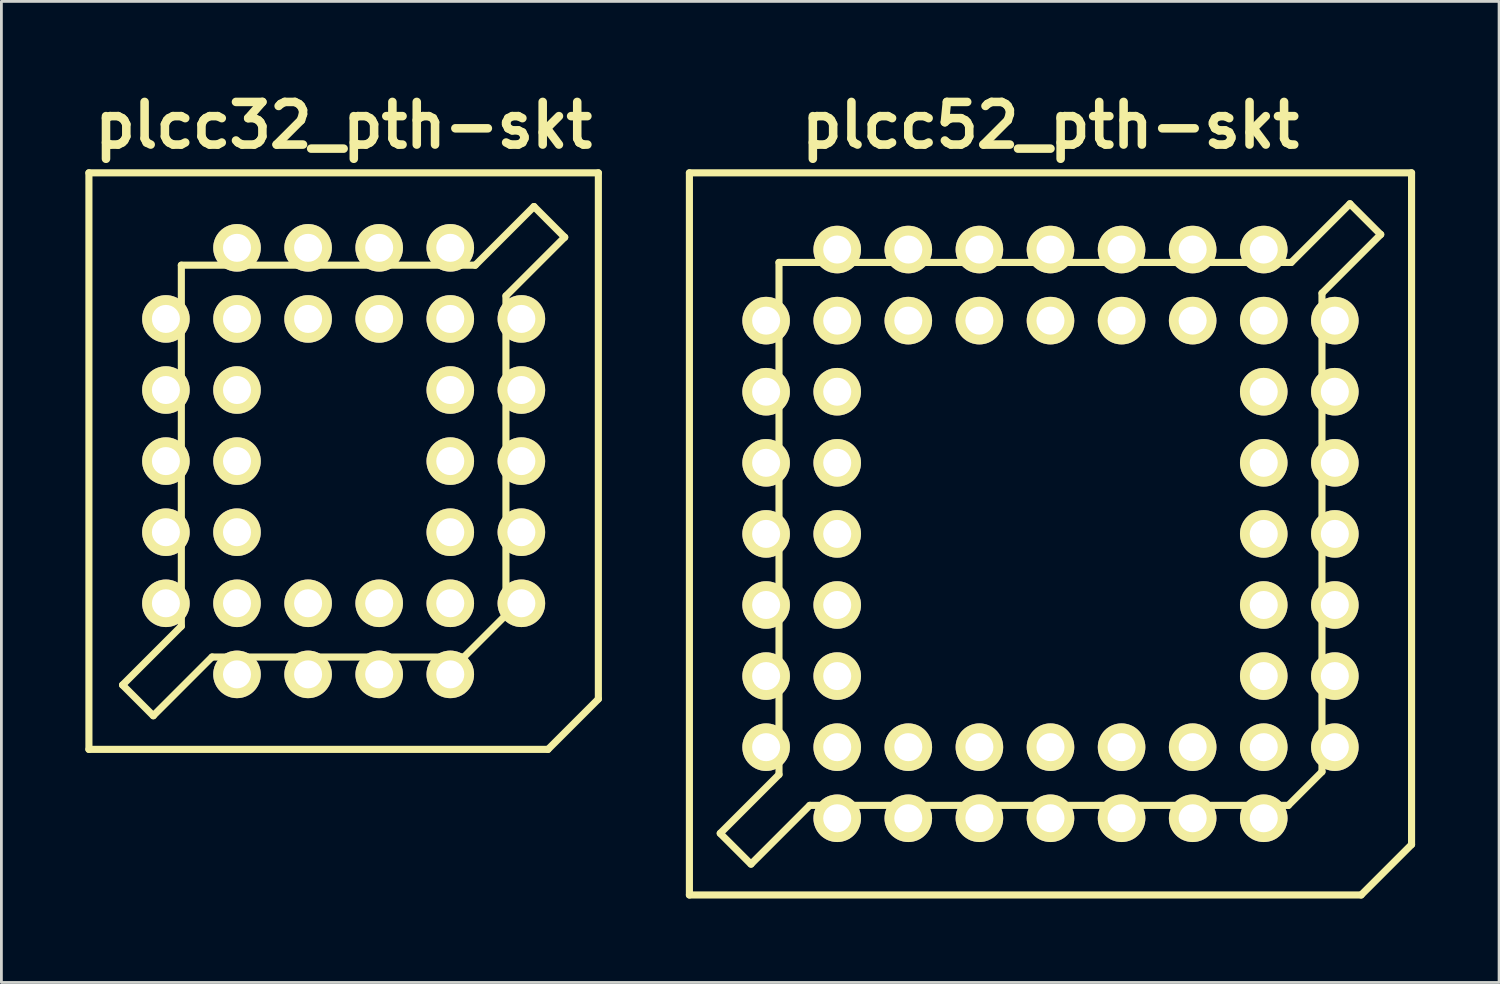
<source format=kicad_pcb>
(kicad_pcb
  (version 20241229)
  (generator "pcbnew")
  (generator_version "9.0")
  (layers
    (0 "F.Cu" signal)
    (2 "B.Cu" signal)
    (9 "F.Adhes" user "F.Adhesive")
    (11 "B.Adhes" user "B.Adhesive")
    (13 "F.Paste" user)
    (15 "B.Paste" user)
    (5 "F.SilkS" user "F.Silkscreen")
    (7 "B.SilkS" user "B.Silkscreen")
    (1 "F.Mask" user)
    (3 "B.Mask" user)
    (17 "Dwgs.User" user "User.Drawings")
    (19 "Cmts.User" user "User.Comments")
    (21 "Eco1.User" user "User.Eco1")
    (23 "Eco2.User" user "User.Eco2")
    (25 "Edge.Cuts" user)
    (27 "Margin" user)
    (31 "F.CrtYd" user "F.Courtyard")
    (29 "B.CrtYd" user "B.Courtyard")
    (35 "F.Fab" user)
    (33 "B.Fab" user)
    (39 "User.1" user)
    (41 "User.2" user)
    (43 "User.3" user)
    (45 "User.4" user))
  (footprint "plcc32_pth-skt"
    (layer "F.Cu")
    (at 9.228 13.425)
    (property "Reference" "plcc32_pth-skt" (at 0 -11.999 0) (layer "F.SilkS") (effects (font (size 1.524 1.524) (thickness 0.305))))
    (attr through_hole)
    (fp_line (start -9.101 10.3) (end -9.101 -10.3) (stroke (width 0.254) (type solid)) (layer "F.SilkS"))
    (fp_line (start -9.101 10.3) (end 7.3 10.3) (stroke (width 0.254) (type solid)) (layer "F.SilkS"))
    (fp_line (start -7.899 8.001) (end -6.8 9.101) (stroke (width 0.254) (type solid)) (layer "F.SilkS"))
    (fp_line (start -6.8 9.096) (end -4.702 6.998) (stroke (width 0.254) (type solid)) (layer "F.SilkS"))
    (fp_line (start -5.801 5.9) (end -7.899 7.998) (stroke (width 0.254) (type solid)) (layer "F.SilkS"))
    (fp_line (start -5.799 -7) (end -5.799 5.9) (stroke (width 0.254) (type solid)) (layer "F.SilkS"))
    (fp_line (start -5.799 -7) (end 4.699 -7) (stroke (width 0.254) (type solid)) (layer "F.SilkS"))
    (fp_line (start 4.3 6.998) (end 5.799 5.499) (stroke (width 0.254) (type solid)) (layer "F.SilkS"))
    (fp_line (start 4.3 7) (end -4.699 7) (stroke (width 0.254) (type solid)) (layer "F.SilkS"))
    (fp_line (start 4.702 -6.998) (end 6.8 -9.096) (stroke (width 0.254) (type solid)) (layer "F.SilkS"))
    (fp_line (start 5.799 5.499) (end 5.799 -5.9) (stroke (width 0.254) (type solid)) (layer "F.SilkS"))
    (fp_line (start 6.8 -9.096) (end 7.899 -7.996) (stroke (width 0.254) (type solid)) (layer "F.SilkS"))
    (fp_line (start 7.3 10.302) (end 9.101 8.501) (stroke (width 0.254) (type solid)) (layer "F.SilkS"))
    (fp_line (start 7.899 -8.001) (end 5.801 -5.903) (stroke (width 0.254) (type solid)) (layer "F.SilkS"))
    (fp_line (start 9.101 -10.3) (end -9.101 -10.3) (stroke (width 0.254) (type solid)) (layer "F.SilkS"))
    (fp_line (start 9.101 -10.3) (end 9.101 8.499) (stroke (width 0.254) (type solid)) (layer "F.SilkS"))
    (pad "1" thru_hole circle (at -1.27 5.08) (size 1.699 1.699) (drill 1.001) (layers "*.Cu" "*.Mask" "F.SilkS"))
    (pad "2" thru_hole circle (at 1.27 7.62) (size 1.699 1.699) (drill 1.001) (layers "*.Cu" "*.Mask" "F.SilkS"))
    (pad "3" thru_hole circle (at 1.27 5.08) (size 1.699 1.699) (drill 1.001) (layers "*.Cu" "*.Mask" "F.SilkS"))
    (pad "4" thru_hole circle (at 3.81 7.62) (size 1.699 1.699) (drill 1.001) (layers "*.Cu" "*.Mask" "F.SilkS"))
    (pad "5" thru_hole circle (at 6.35 5.08) (size 1.699 1.699) (drill 1.001) (layers "*.Cu" "*.Mask" "F.SilkS"))
    (pad "6" thru_hole circle (at 3.81 5.08) (size 1.699 1.699) (drill 1.001) (layers "*.Cu" "*.Mask" "F.SilkS"))
    (pad "7" thru_hole circle (at 6.35 2.54) (size 1.699 1.699) (drill 1.001) (layers "*.Cu" "*.Mask" "F.SilkS"))
    (pad "8" thru_hole circle (at 3.81 2.54) (size 1.699 1.699) (drill 1.001) (layers "*.Cu" "*.Mask" "F.SilkS"))
    (pad "9" thru_hole circle (at 6.35 0) (size 1.699 1.699) (drill 1.001) (layers "*.Cu" "*.Mask" "F.SilkS"))
    (pad "10" thru_hole circle (at 3.81 0) (size 1.699 1.699) (drill 1.001) (layers "*.Cu" "*.Mask" "F.SilkS"))
    (pad "11" thru_hole circle (at 6.35 -2.54) (size 1.699 1.699) (drill 1.001) (layers "*.Cu" "*.Mask" "F.SilkS"))
    (pad "12" thru_hole circle (at 3.81 -2.54) (size 1.699 1.699) (drill 1.001) (layers "*.Cu" "*.Mask" "F.SilkS"))
    (pad "13" thru_hole circle (at 6.35 -5.08) (size 1.699 1.699) (drill 1.001) (layers "*.Cu" "*.Mask" "F.SilkS"))
    (pad "14" thru_hole circle (at 3.81 -7.62) (size 1.699 1.699) (drill 1.001) (layers "*.Cu" "*.Mask" "F.SilkS"))
    (pad "15" thru_hole circle (at 3.81 -5.08) (size 1.699 1.699) (drill 1.001) (layers "*.Cu" "*.Mask" "F.SilkS"))
    (pad "16" thru_hole circle (at 1.27 -7.62) (size 1.699 1.699) (drill 1.001) (layers "*.Cu" "*.Mask" "F.SilkS"))
    (pad "17" thru_hole circle (at 1.27 -5.08) (size 1.699 1.699) (drill 1.001) (layers "*.Cu" "*.Mask" "F.SilkS"))
    (pad "18" thru_hole circle (at -1.27 -7.62) (size 1.699 1.699) (drill 1.001) (layers "*.Cu" "*.Mask" "F.SilkS"))
    (pad "19" thru_hole circle (at -1.27 -5.08) (size 1.699 1.699) (drill 1.001) (layers "*.Cu" "*.Mask" "F.SilkS"))
    (pad "20" thru_hole circle (at -3.81 -7.62) (size 1.699 1.699) (drill 1.001) (layers "*.Cu" "*.Mask" "F.SilkS"))
    (pad "21" thru_hole circle (at -6.35 -5.08) (size 1.699 1.699) (drill 1.001) (layers "*.Cu" "*.Mask" "F.SilkS"))
    (pad "22" thru_hole circle (at -3.81 -5.08) (size 1.699 1.699) (drill 1.001) (layers "*.Cu" "*.Mask" "F.SilkS"))
    (pad "23" thru_hole circle (at -6.35 -2.54) (size 1.699 1.699) (drill 1.001) (layers "*.Cu" "*.Mask" "F.SilkS"))
    (pad "24" thru_hole circle (at -3.81 -2.54) (size 1.699 1.699) (drill 1.001) (layers "*.Cu" "*.Mask" "F.SilkS"))
    (pad "25" thru_hole circle (at -6.35 0) (size 1.699 1.699) (drill 1.001) (layers "*.Cu" "*.Mask" "F.SilkS"))
    (pad "26" thru_hole circle (at -3.81 0) (size 1.699 1.699) (drill 1.001) (layers "*.Cu" "*.Mask" "F.SilkS"))
    (pad "27" thru_hole circle (at -6.35 2.54) (size 1.699 1.699) (drill 1.001) (layers "*.Cu" "*.Mask" "F.SilkS"))
    (pad "28" thru_hole circle (at -3.81 2.54) (size 1.699 1.699) (drill 1.001) (layers "*.Cu" "*.Mask" "F.SilkS"))
    (pad "29" thru_hole circle (at -6.35 5.08) (size 1.699 1.699) (drill 1.001) (layers "*.Cu" "*.Mask" "F.SilkS"))
    (pad "30" thru_hole circle (at -3.81 7.62) (size 1.699 1.699) (drill 1.001) (layers "*.Cu" "*.Mask" "F.SilkS"))
    (pad "31" thru_hole circle (at -3.81 5.08) (size 1.699 1.699) (drill 1.001) (layers "*.Cu" "*.Mask" "F.SilkS"))
    (pad "32" thru_hole circle (at -1.27 7.62) (size 1.699 1.699) (drill 1.001) (layers "*.Cu" "*.Mask" "F.SilkS")))
  (footprint "plcc52_pth-skt"
    (layer "F.Cu")
    (at 34.483 16.026)
    (property "Reference" "plcc52_pth-skt" (at 0 -14.6 0) (layer "F.SilkS") (effects (font (size 1.524 1.524) (thickness 0.305))))
    (attr through_hole)
    (fp_line (start -12.901 -12.901) (end -12.901 12.901) (stroke (width 0.254) (type solid)) (layer "F.SilkS"))
    (fp_line (start -12.901 12.901) (end 11.1 12.901) (stroke (width 0.254) (type solid)) (layer "F.SilkS"))
    (fp_line (start -11.801 10.701) (end -10.701 11.801) (stroke (width 0.254) (type solid)) (layer "F.SilkS"))
    (fp_line (start -10.698 11.796) (end -8.6 9.698) (stroke (width 0.254) (type solid)) (layer "F.SilkS"))
    (fp_line (start -9.7 -9.7) (end -9.7 8.6) (stroke (width 0.254) (type solid)) (layer "F.SilkS"))
    (fp_line (start -9.7 -9.7) (end 8.6 -9.7) (stroke (width 0.254) (type solid)) (layer "F.SilkS"))
    (fp_line (start -9.7 8.598) (end -11.798 10.696) (stroke (width 0.254) (type solid)) (layer "F.SilkS"))
    (fp_line (start -8.6 9.7) (end 8.499 9.7) (stroke (width 0.254) (type solid)) (layer "F.SilkS"))
    (fp_line (start 8.499 9.7) (end 9.7 8.499) (stroke (width 0.254) (type solid)) (layer "F.SilkS"))
    (fp_line (start 8.603 -9.698) (end 10.701 -11.796) (stroke (width 0.254) (type solid)) (layer "F.SilkS"))
    (fp_line (start 9.7 -8.6) (end 9.7 8.499) (stroke (width 0.254) (type solid)) (layer "F.SilkS"))
    (fp_line (start 10.698 -11.796) (end 11.798 -10.696) (stroke (width 0.254) (type solid)) (layer "F.SilkS"))
    (fp_line (start 11.1 12.901) (end 12.901 11.1) (stroke (width 0.254) (type solid)) (layer "F.SilkS"))
    (fp_line (start 11.801 -10.701) (end 9.703 -8.603) (stroke (width 0.254) (type solid)) (layer "F.SilkS"))
    (fp_line (start 12.901 -12.901) (end -12.901 -12.901) (stroke (width 0.254) (type solid)) (layer "F.SilkS"))
    (fp_line (start 12.901 11.1) (end 12.901 -12.901) (stroke (width 0.254) (type solid)) (layer "F.SilkS"))
    (pad "1" thru_hole circle (at 0 10.16) (size 1.699 1.699) (drill 1.001) (layers "*.Cu" "*.Mask" "F.SilkS"))
    (pad "2" thru_hole circle (at 0 7.62) (size 1.699 1.699) (drill 1.001) (layers "*.Cu" "*.Mask" "F.SilkS"))
    (pad "3" thru_hole circle (at 2.54 10.16) (size 1.699 1.699) (drill 1.001) (layers "*.Cu" "*.Mask" "F.SilkS"))
    (pad "4" thru_hole circle (at 2.54 7.62) (size 1.699 1.699) (drill 1.001) (layers "*.Cu" "*.Mask" "F.SilkS"))
    (pad "5" thru_hole circle (at 5.08 10.16) (size 1.699 1.699) (drill 1.001) (layers "*.Cu" "*.Mask" "F.SilkS"))
    (pad "6" thru_hole circle (at 5.08 7.62) (size 1.699 1.699) (drill 1.001) (layers "*.Cu" "*.Mask" "F.SilkS"))
    (pad "7" thru_hole circle (at 7.62 10.16) (size 1.699 1.699) (drill 1.001) (layers "*.Cu" "*.Mask" "F.SilkS"))
    (pad "8" thru_hole circle (at 10.16 7.62) (size 1.699 1.699) (drill 1.001) (layers "*.Cu" "*.Mask" "F.SilkS"))
    (pad "9" thru_hole circle (at 7.62 7.62) (size 1.699 1.699) (drill 1.001) (layers "*.Cu" "*.Mask" "F.SilkS"))
    (pad "10" thru_hole circle (at 10.16 5.08) (size 1.699 1.699) (drill 1.001) (layers "*.Cu" "*.Mask" "F.SilkS"))
    (pad "11" thru_hole circle (at 7.62 5.08) (size 1.699 1.699) (drill 1.001) (layers "*.Cu" "*.Mask" "F.SilkS"))
    (pad "12" thru_hole circle (at 10.16 2.54) (size 1.699 1.699) (drill 1.001) (layers "*.Cu" "*.Mask" "F.SilkS"))
    (pad "13" thru_hole circle (at 7.62 2.54) (size 1.699 1.699) (drill 1.001) (layers "*.Cu" "*.Mask" "F.SilkS"))
    (pad "14" thru_hole circle (at 10.16 0) (size 1.699 1.699) (drill 1.001) (layers "*.Cu" "*.Mask" "F.SilkS"))
    (pad "15" thru_hole circle (at 7.62 0) (size 1.699 1.699) (drill 1.001) (layers "*.Cu" "*.Mask" "F.SilkS"))
    (pad "16" thru_hole circle (at 10.16 -2.54) (size 1.699 1.699) (drill 1.001) (layers "*.Cu" "*.Mask" "F.SilkS"))
    (pad "17" thru_hole circle (at 7.62 -2.54) (size 1.699 1.699) (drill 1.001) (layers "*.Cu" "*.Mask" "F.SilkS"))
    (pad "18" thru_hole circle (at 10.16 -5.08) (size 1.699 1.699) (drill 1.001) (layers "*.Cu" "*.Mask" "F.SilkS"))
    (pad "19" thru_hole circle (at 7.62 -5.08) (size 1.699 1.699) (drill 1.001) (layers "*.Cu" "*.Mask" "F.SilkS"))
    (pad "20" thru_hole circle (at 10.16 -7.62) (size 1.699 1.699) (drill 1.001) (layers "*.Cu" "*.Mask" "F.SilkS"))
    (pad "21" thru_hole circle (at 7.62 -10.16) (size 1.699 1.699) (drill 1.001) (layers "*.Cu" "*.Mask" "F.SilkS"))
    (pad "22" thru_hole circle (at 7.62 -7.62) (size 1.699 1.699) (drill 1.001) (layers "*.Cu" "*.Mask" "F.SilkS"))
    (pad "23" thru_hole circle (at 5.08 -10.16) (size 1.699 1.699) (drill 1.001) (layers "*.Cu" "*.Mask" "F.SilkS"))
    (pad "24" thru_hole circle (at 5.08 -7.62) (size 1.699 1.699) (drill 1.001) (layers "*.Cu" "*.Mask" "F.SilkS"))
    (pad "25" thru_hole circle (at 2.54 -10.16) (size 1.699 1.699) (drill 1.001) (layers "*.Cu" "*.Mask" "F.SilkS"))
    (pad "26" thru_hole circle (at 2.54 -7.62) (size 1.699 1.699) (drill 1.001) (layers "*.Cu" "*.Mask" "F.SilkS"))
    (pad "27" thru_hole circle (at 0 -10.16) (size 1.699 1.699) (drill 1.001) (layers "*.Cu" "*.Mask" "F.SilkS"))
    (pad "28" thru_hole circle (at 0 -7.62) (size 1.699 1.699) (drill 1.001) (layers "*.Cu" "*.Mask" "F.SilkS"))
    (pad "29" thru_hole circle (at -2.54 -10.16) (size 1.699 1.699) (drill 1.001) (layers "*.Cu" "*.Mask" "F.SilkS"))
    (pad "30" thru_hole circle (at -2.54 -7.62) (size 1.699 1.699) (drill 1.001) (layers "*.Cu" "*.Mask" "F.SilkS"))
    (pad "31" thru_hole circle (at -5.08 -10.16) (size 1.699 1.699) (drill 1.001) (layers "*.Cu" "*.Mask" "F.SilkS"))
    (pad "32" thru_hole circle (at -5.08 -7.62) (size 1.699 1.699) (drill 1.001) (layers "*.Cu" "*.Mask" "F.SilkS"))
    (pad "33" thru_hole circle (at -7.62 -10.16) (size 1.699 1.699) (drill 1.001) (layers "*.Cu" "*.Mask" "F.SilkS"))
    (pad "34" thru_hole circle (at -10.16 -7.62) (size 1.699 1.699) (drill 1.001) (layers "*.Cu" "*.Mask" "F.SilkS"))
    (pad "35" thru_hole circle (at -7.62 -7.62) (size 1.699 1.699) (drill 1.001) (layers "*.Cu" "*.Mask" "F.SilkS"))
    (pad "36" thru_hole circle (at -10.16 -5.08) (size 1.699 1.699) (drill 1.001) (layers "*.Cu" "*.Mask" "F.SilkS"))
    (pad "37" thru_hole circle (at -7.62 -5.08) (size 1.699 1.699) (drill 1.001) (layers "*.Cu" "*.Mask" "F.SilkS"))
    (pad "38" thru_hole circle (at -10.16 -2.54) (size 1.699 1.699) (drill 1.001) (layers "*.Cu" "*.Mask" "F.SilkS"))
    (pad "39" thru_hole circle (at -7.62 -2.54) (size 1.699 1.699) (drill 1.001) (layers "*.Cu" "*.Mask" "F.SilkS"))
    (pad "40" thru_hole circle (at -10.16 0) (size 1.699 1.699) (drill 1.001) (layers "*.Cu" "*.Mask" "F.SilkS"))
    (pad "41" thru_hole circle (at -7.62 0) (size 1.699 1.699) (drill 1.001) (layers "*.Cu" "*.Mask" "F.SilkS"))
    (pad "42" thru_hole circle (at -10.16 2.54) (size 1.699 1.699) (drill 1.001) (layers "*.Cu" "*.Mask" "F.SilkS"))
    (pad "43" thru_hole circle (at -7.62 2.54) (size 1.699 1.699) (drill 1.001) (layers "*.Cu" "*.Mask" "F.SilkS"))
    (pad "44" thru_hole circle (at -10.16 5.08) (size 1.699 1.699) (drill 1.001) (layers "*.Cu" "*.Mask" "F.SilkS"))
    (pad "45" thru_hole circle (at -7.62 5.08) (size 1.699 1.699) (drill 1.001) (layers "*.Cu" "*.Mask" "F.SilkS"))
    (pad "46" thru_hole circle (at -10.16 7.62) (size 1.699 1.699) (drill 1.001) (layers "*.Cu" "*.Mask" "F.SilkS"))
    (pad "47" thru_hole circle (at -7.62 10.16) (size 1.699 1.699) (drill 1.001) (layers "*.Cu" "*.Mask" "F.SilkS"))
    (pad "48" thru_hole circle (at -7.62 7.62) (size 1.699 1.699) (drill 1.001) (layers "*.Cu" "*.Mask" "F.SilkS"))
    (pad "49" thru_hole circle (at -5.08 10.16) (size 1.699 1.699) (drill 1.001) (layers "*.Cu" "*.Mask" "F.SilkS"))
    (pad "50" thru_hole circle (at -5.08 7.62) (size 1.699 1.699) (drill 1.001) (layers "*.Cu" "*.Mask" "F.SilkS"))
    (pad "51" thru_hole circle (at -2.54 10.16) (size 1.699 1.699) (drill 1.001) (layers "*.Cu" "*.Mask" "F.SilkS"))
    (pad "52" thru_hole circle (at -2.54 7.62) (size 1.699 1.699) (drill 1.001) (layers "*.Cu" "*.Mask" "F.SilkS")))
  (gr_rect
    (start -3 -3)
    (end 50.511 32.054)
    (stroke (width 0.1) (type default))
    (fill no)
    (layer "Edge.Cuts")))
</source>
